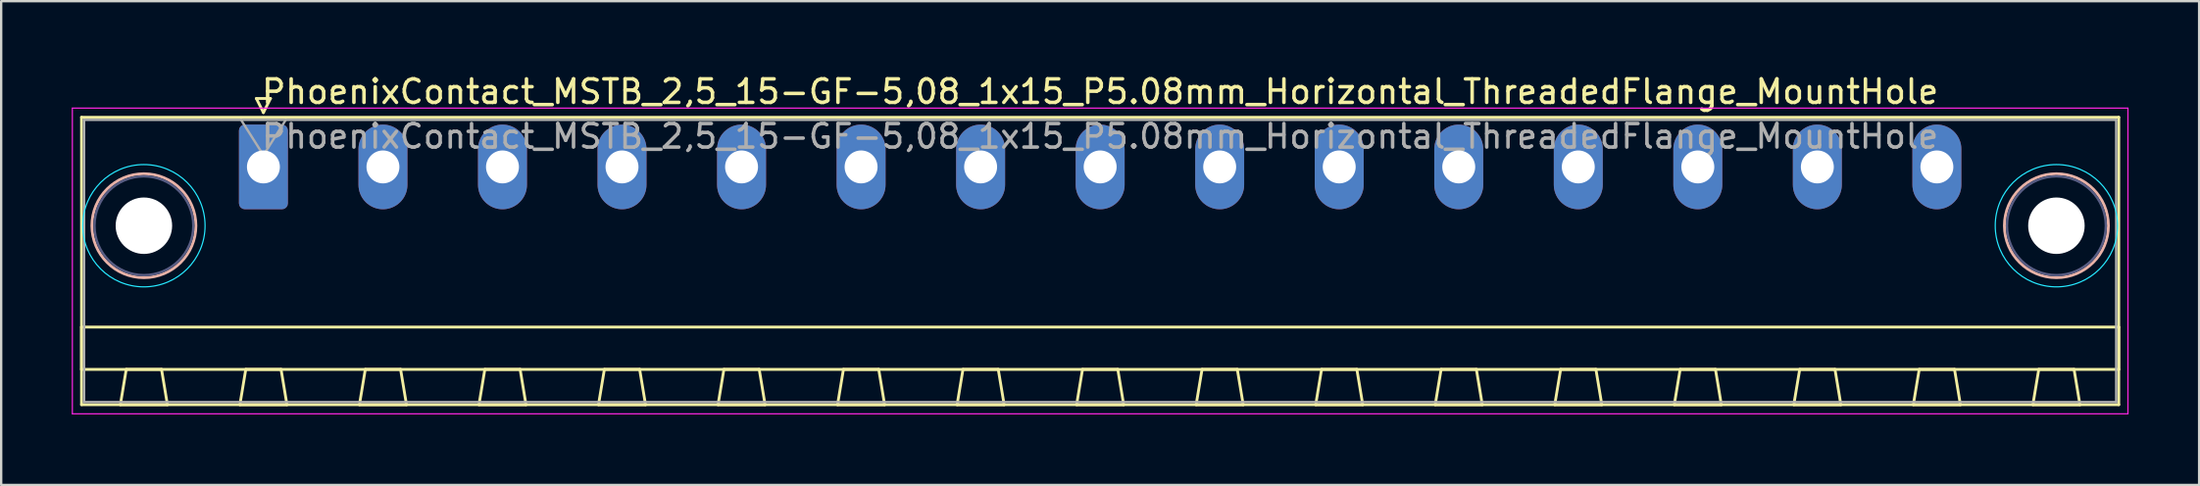
<source format=kicad_pcb>
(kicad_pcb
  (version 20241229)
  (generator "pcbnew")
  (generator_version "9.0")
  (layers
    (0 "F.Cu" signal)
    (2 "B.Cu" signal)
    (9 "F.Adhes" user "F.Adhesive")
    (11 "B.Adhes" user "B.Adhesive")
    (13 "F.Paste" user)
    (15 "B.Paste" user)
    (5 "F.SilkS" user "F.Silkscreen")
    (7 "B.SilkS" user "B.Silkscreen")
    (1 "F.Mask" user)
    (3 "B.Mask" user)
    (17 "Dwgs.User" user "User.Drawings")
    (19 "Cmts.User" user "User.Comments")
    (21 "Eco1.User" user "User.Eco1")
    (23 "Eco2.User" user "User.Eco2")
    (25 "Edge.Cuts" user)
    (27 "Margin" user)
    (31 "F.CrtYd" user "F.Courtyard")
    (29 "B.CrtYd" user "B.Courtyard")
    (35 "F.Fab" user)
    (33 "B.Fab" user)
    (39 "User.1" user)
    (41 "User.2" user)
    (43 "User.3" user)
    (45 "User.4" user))
  (footprint "PhoenixContact_MSTB_2,5_15-GF-5,08_1x15_P5.08mm_Horizontal_ThreadedFlange_MountHole"
    (layer "F.Cu")
    (at 8.145 4.048)
    (property "Reference" "PhoenixContact_MSTB_2,5_15-GF-5,08_1x15_P5.08mm_Horizontal_ThreadedFlange_MountHole" (at 35.56 -3.2 0) (layer "F.SilkS") (effects (font (size 1 1) (thickness 0.15))))
    (attr through_hole)
    (fp_line (start -7.73 -2.11) (end -7.73 10.11) (stroke (width 0.12) (type solid)) (layer "F.SilkS"))
    (fp_line (start -7.73 6.81) (end 78.85 6.81) (stroke (width 0.12) (type solid)) (layer "F.SilkS"))
    (fp_line (start -7.73 8.61) (end -7.73 6.81) (stroke (width 0.12) (type solid)) (layer "F.SilkS"))
    (fp_line (start -7.73 10.11) (end 78.85 10.11) (stroke (width 0.12) (type solid)) (layer "F.SilkS"))
    (fp_line (start -6.08 10.11) (end -4.08 10.11) (stroke (width 0.12) (type solid)) (layer "F.SilkS"))
    (fp_line (start -5.83 8.61) (end -6.08 10.11) (stroke (width 0.12) (type solid)) (layer "F.SilkS"))
    (fp_line (start -4.33 8.61) (end -5.83 8.61) (stroke (width 0.12) (type solid)) (layer "F.SilkS"))
    (fp_line (start -4.08 10.11) (end -4.33 8.61) (stroke (width 0.12) (type solid)) (layer "F.SilkS"))
    (fp_line (start -1 10.11) (end 1 10.11) (stroke (width 0.12) (type solid)) (layer "F.SilkS"))
    (fp_line (start -0.75 8.61) (end -1 10.11) (stroke (width 0.12) (type solid)) (layer "F.SilkS"))
    (fp_line (start -0.3 -2.91) (end 0.3 -2.91) (stroke (width 0.12) (type solid)) (layer "F.SilkS"))
    (fp_line (start 0 -2.31) (end -0.3 -2.91) (stroke (width 0.12) (type solid)) (layer "F.SilkS"))
    (fp_line (start 0.3 -2.91) (end 0 -2.31) (stroke (width 0.12) (type solid)) (layer "F.SilkS"))
    (fp_line (start 0.75 8.61) (end -0.75 8.61) (stroke (width 0.12) (type solid)) (layer "F.SilkS"))
    (fp_line (start 1 10.11) (end 0.75 8.61) (stroke (width 0.12) (type solid)) (layer "F.SilkS"))
    (fp_line (start 4.08 10.11) (end 6.08 10.11) (stroke (width 0.12) (type solid)) (layer "F.SilkS"))
    (fp_line (start 4.33 8.61) (end 4.08 10.11) (stroke (width 0.12) (type solid)) (layer "F.SilkS"))
    (fp_line (start 5.83 8.61) (end 4.33 8.61) (stroke (width 0.12) (type solid)) (layer "F.SilkS"))
    (fp_line (start 6.08 10.11) (end 5.83 8.61) (stroke (width 0.12) (type solid)) (layer "F.SilkS"))
    (fp_line (start 9.16 10.11) (end 11.16 10.11) (stroke (width 0.12) (type solid)) (layer "F.SilkS"))
    (fp_line (start 9.41 8.61) (end 9.16 10.11) (stroke (width 0.12) (type solid)) (layer "F.SilkS"))
    (fp_line (start 10.91 8.61) (end 9.41 8.61) (stroke (width 0.12) (type solid)) (layer "F.SilkS"))
    (fp_line (start 11.16 10.11) (end 10.91 8.61) (stroke (width 0.12) (type solid)) (layer "F.SilkS"))
    (fp_line (start 14.24 10.11) (end 16.24 10.11) (stroke (width 0.12) (type solid)) (layer "F.SilkS"))
    (fp_line (start 14.49 8.61) (end 14.24 10.11) (stroke (width 0.12) (type solid)) (layer "F.SilkS"))
    (fp_line (start 15.99 8.61) (end 14.49 8.61) (stroke (width 0.12) (type solid)) (layer "F.SilkS"))
    (fp_line (start 16.24 10.11) (end 15.99 8.61) (stroke (width 0.12) (type solid)) (layer "F.SilkS"))
    (fp_line (start 19.32 10.11) (end 21.32 10.11) (stroke (width 0.12) (type solid)) (layer "F.SilkS"))
    (fp_line (start 19.57 8.61) (end 19.32 10.11) (stroke (width 0.12) (type solid)) (layer "F.SilkS"))
    (fp_line (start 21.07 8.61) (end 19.57 8.61) (stroke (width 0.12) (type solid)) (layer "F.SilkS"))
    (fp_line (start 21.32 10.11) (end 21.07 8.61) (stroke (width 0.12) (type solid)) (layer "F.SilkS"))
    (fp_line (start 24.4 10.11) (end 26.4 10.11) (stroke (width 0.12) (type solid)) (layer "F.SilkS"))
    (fp_line (start 24.65 8.61) (end 24.4 10.11) (stroke (width 0.12) (type solid)) (layer "F.SilkS"))
    (fp_line (start 26.15 8.61) (end 24.65 8.61) (stroke (width 0.12) (type solid)) (layer "F.SilkS"))
    (fp_line (start 26.4 10.11) (end 26.15 8.61) (stroke (width 0.12) (type solid)) (layer "F.SilkS"))
    (fp_line (start 29.48 10.11) (end 31.48 10.11) (stroke (width 0.12) (type solid)) (layer "F.SilkS"))
    (fp_line (start 29.73 8.61) (end 29.48 10.11) (stroke (width 0.12) (type solid)) (layer "F.SilkS"))
    (fp_line (start 31.23 8.61) (end 29.73 8.61) (stroke (width 0.12) (type solid)) (layer "F.SilkS"))
    (fp_line (start 31.48 10.11) (end 31.23 8.61) (stroke (width 0.12) (type solid)) (layer "F.SilkS"))
    (fp_line (start 34.56 10.11) (end 36.56 10.11) (stroke (width 0.12) (type solid)) (layer "F.SilkS"))
    (fp_line (start 34.81 8.61) (end 34.56 10.11) (stroke (width 0.12) (type solid)) (layer "F.SilkS"))
    (fp_line (start 36.31 8.61) (end 34.81 8.61) (stroke (width 0.12) (type solid)) (layer "F.SilkS"))
    (fp_line (start 36.56 10.11) (end 36.31 8.61) (stroke (width 0.12) (type solid)) (layer "F.SilkS"))
    (fp_line (start 39.64 10.11) (end 41.64 10.11) (stroke (width 0.12) (type solid)) (layer "F.SilkS"))
    (fp_line (start 39.89 8.61) (end 39.64 10.11) (stroke (width 0.12) (type solid)) (layer "F.SilkS"))
    (fp_line (start 41.39 8.61) (end 39.89 8.61) (stroke (width 0.12) (type solid)) (layer "F.SilkS"))
    (fp_line (start 41.64 10.11) (end 41.39 8.61) (stroke (width 0.12) (type solid)) (layer "F.SilkS"))
    (fp_line (start 44.72 10.11) (end 46.72 10.11) (stroke (width 0.12) (type solid)) (layer "F.SilkS"))
    (fp_line (start 44.97 8.61) (end 44.72 10.11) (stroke (width 0.12) (type solid)) (layer "F.SilkS"))
    (fp_line (start 46.47 8.61) (end 44.97 8.61) (stroke (width 0.12) (type solid)) (layer "F.SilkS"))
    (fp_line (start 46.72 10.11) (end 46.47 8.61) (stroke (width 0.12) (type solid)) (layer "F.SilkS"))
    (fp_line (start 49.8 10.11) (end 51.8 10.11) (stroke (width 0.12) (type solid)) (layer "F.SilkS"))
    (fp_line (start 50.05 8.61) (end 49.8 10.11) (stroke (width 0.12) (type solid)) (layer "F.SilkS"))
    (fp_line (start 51.55 8.61) (end 50.05 8.61) (stroke (width 0.12) (type solid)) (layer "F.SilkS"))
    (fp_line (start 51.8 10.11) (end 51.55 8.61) (stroke (width 0.12) (type solid)) (layer "F.SilkS"))
    (fp_line (start 54.88 10.11) (end 56.88 10.11) (stroke (width 0.12) (type solid)) (layer "F.SilkS"))
    (fp_line (start 55.13 8.61) (end 54.88 10.11) (stroke (width 0.12) (type solid)) (layer "F.SilkS"))
    (fp_line (start 56.63 8.61) (end 55.13 8.61) (stroke (width 0.12) (type solid)) (layer "F.SilkS"))
    (fp_line (start 56.88 10.11) (end 56.63 8.61) (stroke (width 0.12) (type solid)) (layer "F.SilkS"))
    (fp_line (start 59.96 10.11) (end 61.96 10.11) (stroke (width 0.12) (type solid)) (layer "F.SilkS"))
    (fp_line (start 60.21 8.61) (end 59.96 10.11) (stroke (width 0.12) (type solid)) (layer "F.SilkS"))
    (fp_line (start 61.71 8.61) (end 60.21 8.61) (stroke (width 0.12) (type solid)) (layer "F.SilkS"))
    (fp_line (start 61.96 10.11) (end 61.71 8.61) (stroke (width 0.12) (type solid)) (layer "F.SilkS"))
    (fp_line (start 65.04 10.11) (end 67.04 10.11) (stroke (width 0.12) (type solid)) (layer "F.SilkS"))
    (fp_line (start 65.29 8.61) (end 65.04 10.11) (stroke (width 0.12) (type solid)) (layer "F.SilkS"))
    (fp_line (start 66.79 8.61) (end 65.29 8.61) (stroke (width 0.12) (type solid)) (layer "F.SilkS"))
    (fp_line (start 67.04 10.11) (end 66.79 8.61) (stroke (width 0.12) (type solid)) (layer "F.SilkS"))
    (fp_line (start 70.12 10.11) (end 72.12 10.11) (stroke (width 0.12) (type solid)) (layer "F.SilkS"))
    (fp_line (start 70.37 8.61) (end 70.12 10.11) (stroke (width 0.12) (type solid)) (layer "F.SilkS"))
    (fp_line (start 71.87 8.61) (end 70.37 8.61) (stroke (width 0.12) (type solid)) (layer "F.SilkS"))
    (fp_line (start 72.12 10.11) (end 71.87 8.61) (stroke (width 0.12) (type solid)) (layer "F.SilkS"))
    (fp_line (start 75.2 10.11) (end 77.2 10.11) (stroke (width 0.12) (type solid)) (layer "F.SilkS"))
    (fp_line (start 75.45 8.61) (end 75.2 10.11) (stroke (width 0.12) (type solid)) (layer "F.SilkS"))
    (fp_line (start 76.95 8.61) (end 75.45 8.61) (stroke (width 0.12) (type solid)) (layer "F.SilkS"))
    (fp_line (start 77.2 10.11) (end 76.95 8.61) (stroke (width 0.12) (type solid)) (layer "F.SilkS"))
    (fp_line (start 78.85 -2.11) (end -7.73 -2.11) (stroke (width 0.12) (type solid)) (layer "F.SilkS"))
    (fp_line (start 78.85 6.81) (end 78.85 8.61) (stroke (width 0.12) (type solid)) (layer "F.SilkS"))
    (fp_line (start 78.85 8.61) (end -7.73 8.61) (stroke (width 0.12) (type solid)) (layer "F.SilkS"))
    (fp_line (start 78.85 10.11) (end 78.85 -2.11) (stroke (width 0.12) (type solid)) (layer "F.SilkS"))
    (fp_circle (center -5.08 2.5) (end -2.87 2.5) (stroke (width 0.12) (type solid)) (fill no) (layer "B.SilkS"))
    (fp_circle (center 76.2 2.5) (end 78.41 2.5) (stroke (width 0.12) (type solid)) (fill no) (layer "B.SilkS"))
    (fp_circle (center -5.08 2.5) (end -2.48 2.5) (stroke (width 0.05) (type solid)) (fill no) (layer "B.CrtYd"))
    (fp_circle (center 76.2 2.5) (end 78.8 2.5) (stroke (width 0.05) (type solid)) (fill no) (layer "B.CrtYd"))
    (fp_line (start -8.12 -2.5) (end -8.12 10.5) (stroke (width 0.05) (type solid)) (layer "F.CrtYd"))
    (fp_line (start -8.12 10.5) (end 79.24 10.5) (stroke (width 0.05) (type solid)) (layer "F.CrtYd"))
    (fp_line (start 79.24 -2.5) (end -8.12 -2.5) (stroke (width 0.05) (type solid)) (layer "F.CrtYd"))
    (fp_line (start 79.24 10.5) (end 79.24 -2.5) (stroke (width 0.05) (type solid)) (layer "F.CrtYd"))
    (fp_circle (center -5.08 2.5) (end -2.98 2.5) (stroke (width 0.1) (type solid)) (fill no) (layer "B.Fab"))
    (fp_circle (center 76.2 2.5) (end 78.3 2.5) (stroke (width 0.1) (type solid)) (fill no) (layer "B.Fab"))
    (fp_line (start -7.62 -2) (end -7.62 10) (stroke (width 0.1) (type solid)) (layer "F.Fab"))
    (fp_line (start -7.62 10) (end 78.74 10) (stroke (width 0.1) (type solid)) (layer "F.Fab"))
    (fp_line (start 0 -0.5) (end -0.95 -2) (stroke (width 0.1) (type solid)) (layer "F.Fab"))
    (fp_line (start 0.95 -2) (end 0 -0.5) (stroke (width 0.1) (type solid)) (layer "F.Fab"))
    (fp_line (start 78.74 -2) (end -7.62 -2) (stroke (width 0.1) (type solid)) (layer "F.Fab"))
    (fp_line (start 78.74 10) (end 78.74 -2) (stroke (width 0.1) (type solid)) (layer "F.Fab"))
    (fp_text user "${REFERENCE}" (at 35.56 -1.3 0) (layer "F.Fab") (effects (font (size 1 1) (thickness 0.15))))
    (pad "" np_thru_hole circle (at -5.08 2.5) (size 2.4 2.4) (drill 2.4) (layers "*.Cu" "*.Mask"))
    (pad "" np_thru_hole circle (at 76.2 2.5) (size 2.4 2.4) (drill 2.4) (layers "*.Cu" "*.Mask"))
    (pad "1" thru_hole roundrect (at 0 0) (size 2.08 3.6) (drill 1.4) (layers "*.Cu" "*.Mask") (roundrect_rratio 0.12))
    (pad "2" thru_hole oval (at 5.08 0) (size 2.08 3.6) (drill 1.4) (layers "*.Cu" "*.Mask"))
    (pad "3" thru_hole oval (at 10.16 0) (size 2.08 3.6) (drill 1.4) (layers "*.Cu" "*.Mask"))
    (pad "4" thru_hole oval (at 15.24 0) (size 2.08 3.6) (drill 1.4) (layers "*.Cu" "*.Mask"))
    (pad "5" thru_hole oval (at 20.32 0) (size 2.08 3.6) (drill 1.4) (layers "*.Cu" "*.Mask"))
    (pad "6" thru_hole oval (at 25.4 0) (size 2.08 3.6) (drill 1.4) (layers "*.Cu" "*.Mask"))
    (pad "7" thru_hole oval (at 30.48 0) (size 2.08 3.6) (drill 1.4) (layers "*.Cu" "*.Mask"))
    (pad "8" thru_hole oval (at 35.56 0) (size 2.08 3.6) (drill 1.4) (layers "*.Cu" "*.Mask"))
    (pad "9" thru_hole oval (at 40.64 0) (size 2.08 3.6) (drill 1.4) (layers "*.Cu" "*.Mask"))
    (pad "10" thru_hole oval (at 45.72 0) (size 2.08 3.6) (drill 1.4) (layers "*.Cu" "*.Mask"))
    (pad "11" thru_hole oval (at 50.8 0) (size 2.08 3.6) (drill 1.4) (layers "*.Cu" "*.Mask"))
    (pad "12" thru_hole oval (at 55.88 0) (size 2.08 3.6) (drill 1.4) (layers "*.Cu" "*.Mask"))
    (pad "13" thru_hole oval (at 60.96 0) (size 2.08 3.6) (drill 1.4) (layers "*.Cu" "*.Mask"))
    (pad "14" thru_hole oval (at 66.04 0) (size 2.08 3.6) (drill 1.4) (layers "*.Cu" "*.Mask"))
    (pad "15" thru_hole oval (at 71.12 0) (size 2.08 3.6) (drill 1.4) (layers "*.Cu" "*.Mask")))
  (gr_rect
    (start -3 -3)
    (end 90.41 17.573)
    (stroke (width 0.1) (type default))
    (fill no)
    (layer "Edge.Cuts")))
</source>
